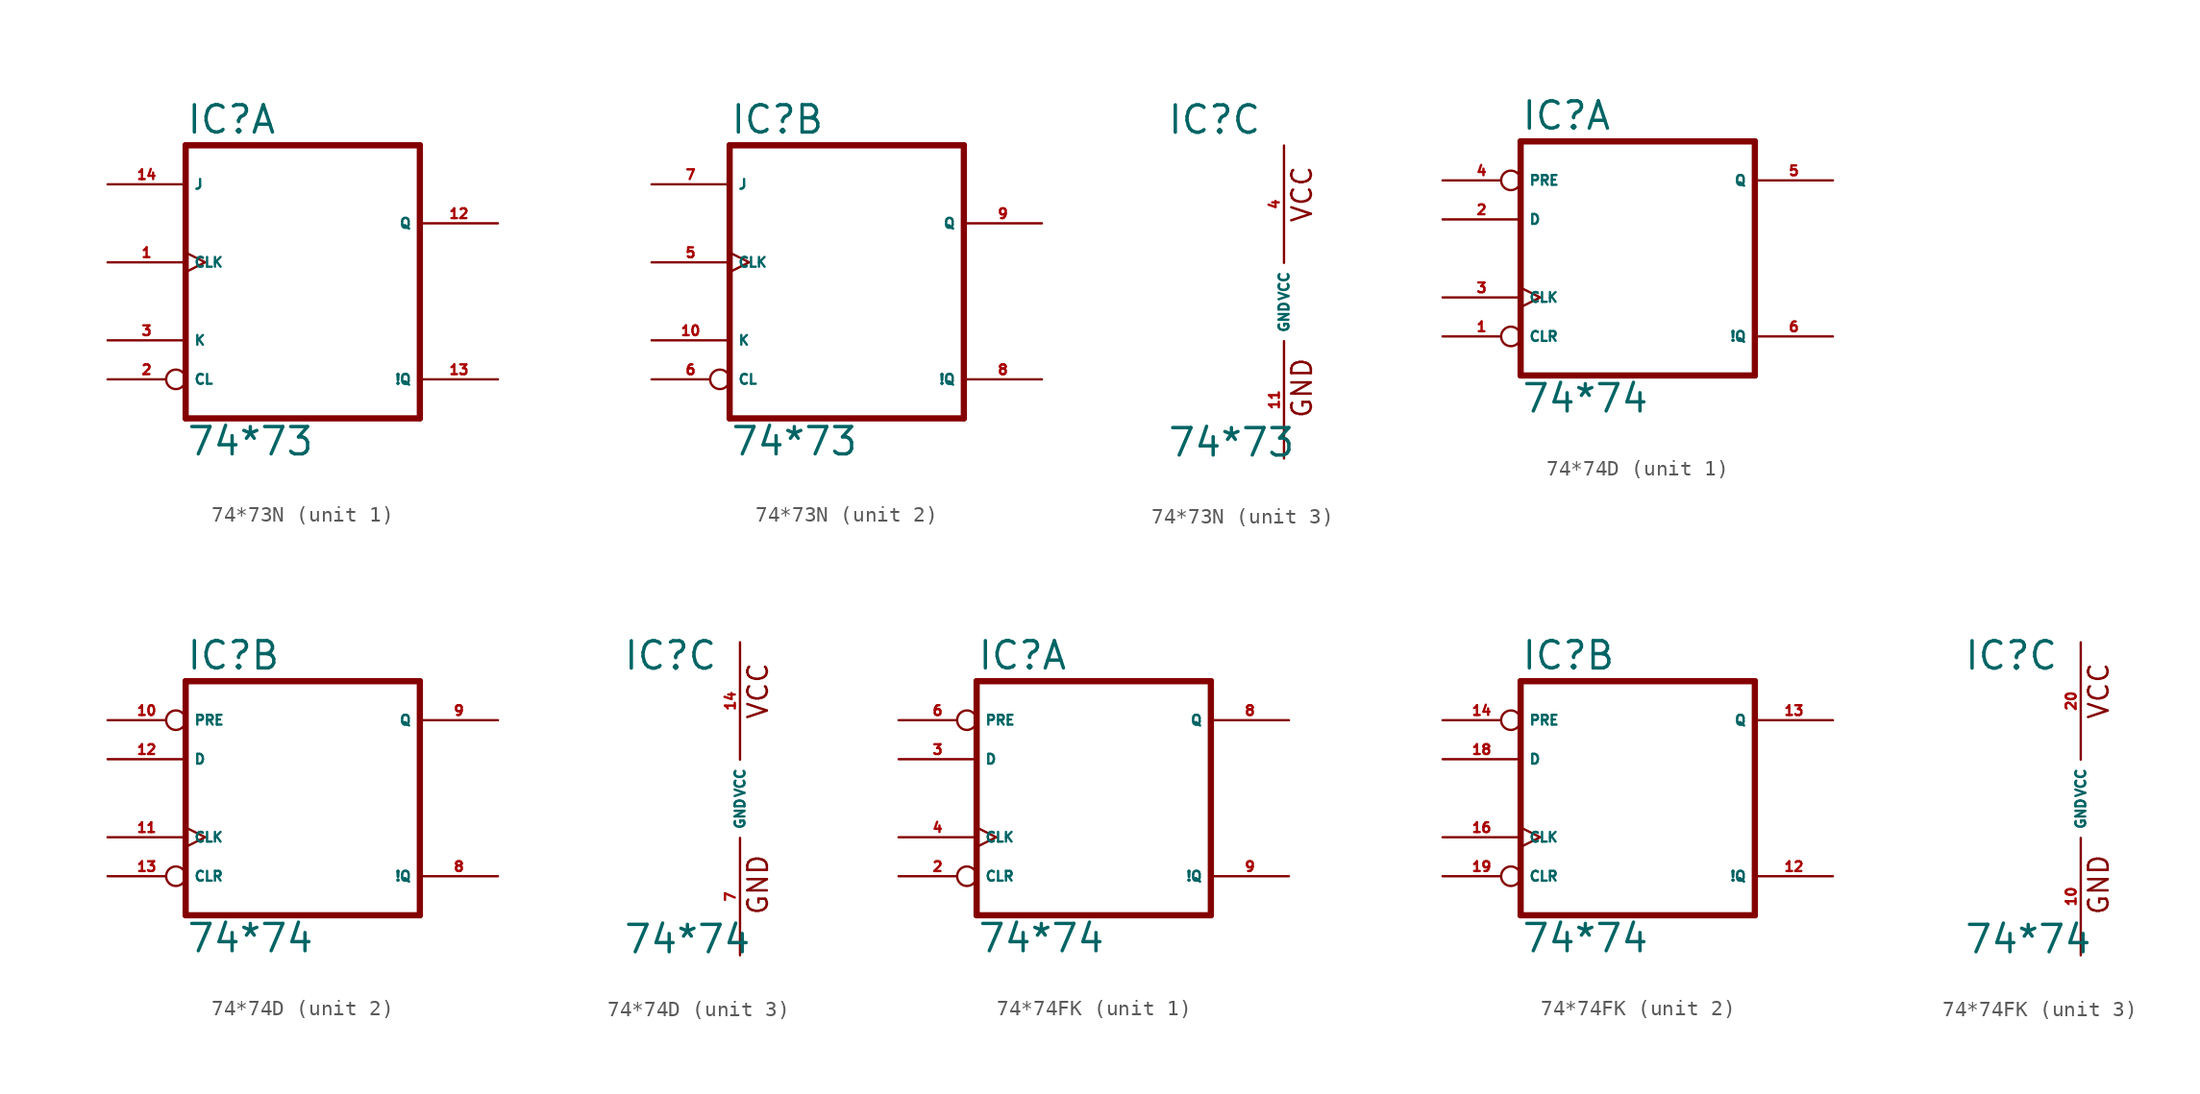
<source format=kicad_sym>
(kicad_symbol_lib
  (version 20220914)
  (generator Eagle2Kicad)
  (symbol "74*73N"
    (property "Reference" "IC"
      (at -7.62 10.795 0)
      (effects (font (size 1.778 1.778) (thickness 0.22)) (justify left bottom)))
    (property "Value" "74*73"
      (at -7.62 -10.16 0)
      (effects (font (size 1.778 1.778) (thickness 0.22)) (justify left bottom)))
    (symbol "74*73N_1_0"
      (polyline (pts (xy -7.62 -7.62) (xy 7.62 -7.62)) (stroke (width 0.406) (type default)) (fill (type none)))
      (polyline (pts (xy 7.62 -7.62) (xy 7.62 10.16)) (stroke (width 0.406) (type default)) (fill (type none)))
      (polyline (pts (xy 7.62 10.16) (xy -7.62 10.16)) (stroke (width 0.406) (type default)) (fill (type none)))
      (polyline (pts (xy -7.62 10.16) (xy -7.62 -7.62)) (stroke (width 0.406) (type default)) (fill (type none)))
      (pin input clock (at -12.7 2.54 0) (length 5.08) (name "CLK" (effects (font (size 0.635 0.635) (thickness 0.08)) (justify left bottom))) (number "1" (effects (font (size 0.635 0.635) (thickness 0.08)) (justify left bottom))))
      (pin input inverted (at -12.7 -5.08 0) (length 5.08) (name "CL" (effects (font (size 0.635 0.635) (thickness 0.08)) (justify left bottom))) (number "2" (effects (font (size 0.635 0.635) (thickness 0.08)) (justify left bottom))))
      (pin input line (at -12.7 -2.54 0) (length 5.08) (name "K" (effects (font (size 0.635 0.635) (thickness 0.08)) (justify left bottom))) (number "3" (effects (font (size 0.635 0.635) (thickness 0.08)) (justify left bottom))))
      (pin output line (at 12.7 5.08 180) (length 5.08) (name "Q" (effects (font (size 0.635 0.635) (thickness 0.08)) (justify left bottom))) (number "12" (effects (font (size 0.635 0.635) (thickness 0.08)) (justify left bottom))))
      (pin output line (at 12.7 -5.08 180) (length 5.08) (name "!Q" (effects (font (size 0.635 0.635) (thickness 0.08)) (justify left bottom))) (number "13" (effects (font (size 0.635 0.635) (thickness 0.08)) (justify left bottom))))
      (pin input line (at -12.7 7.62 0) (length 5.08) (name "J" (effects (font (size 0.635 0.635) (thickness 0.08)) (justify left bottom))) (number "14" (effects (font (size 0.635 0.635) (thickness 0.08)) (justify left bottom)))))
    (symbol "74*73N_2_0"
      (polyline (pts (xy -7.62 -7.62) (xy 7.62 -7.62)) (stroke (width 0.406) (type default)) (fill (type none)))
      (polyline (pts (xy 7.62 -7.62) (xy 7.62 10.16)) (stroke (width 0.406) (type default)) (fill (type none)))
      (polyline (pts (xy 7.62 10.16) (xy -7.62 10.16)) (stroke (width 0.406) (type default)) (fill (type none)))
      (polyline (pts (xy -7.62 10.16) (xy -7.62 -7.62)) (stroke (width 0.406) (type default)) (fill (type none)))
      (pin input clock (at -12.7 2.54 0) (length 5.08) (name "CLK" (effects (font (size 0.635 0.635) (thickness 0.08)) (justify left bottom))) (number "5" (effects (font (size 0.635 0.635) (thickness 0.08)) (justify left bottom))))
      (pin input inverted (at -12.7 -5.08 0) (length 5.08) (name "CL" (effects (font (size 0.635 0.635) (thickness 0.08)) (justify left bottom))) (number "6" (effects (font (size 0.635 0.635) (thickness 0.08)) (justify left bottom))))
      (pin input line (at -12.7 -2.54 0) (length 5.08) (name "K" (effects (font (size 0.635 0.635) (thickness 0.08)) (justify left bottom))) (number "10" (effects (font (size 0.635 0.635) (thickness 0.08)) (justify left bottom))))
      (pin output line (at 12.7 5.08 180) (length 5.08) (name "Q" (effects (font (size 0.635 0.635) (thickness 0.08)) (justify left bottom))) (number "9" (effects (font (size 0.635 0.635) (thickness 0.08)) (justify left bottom))))
      (pin output line (at 12.7 -5.08 180) (length 5.08) (name "!Q" (effects (font (size 0.635 0.635) (thickness 0.08)) (justify left bottom))) (number "8" (effects (font (size 0.635 0.635) (thickness 0.08)) (justify left bottom))))
      (pin input line (at -12.7 7.62 0) (length 5.08) (name "J" (effects (font (size 0.635 0.635) (thickness 0.08)) (justify left bottom))) (number "7" (effects (font (size 0.635 0.635) (thickness 0.08)) (justify left bottom)))))
    (symbol "74*73N_3_0"
      (text "GND" (at 1.905 -7.62 900) (effects (font (size 1.27 1.27) (thickness 0.16)) (justify left bottom)))
      (text "VCC" (at 1.905 5.08 900) (effects (font (size 1.27 1.27) (thickness 0.16)) (justify left bottom)))
      (pin unspecified line (at 0 -10.16 90) (length 7.62) (name "GND" (effects (font (size 0.635 0.635) (thickness 0.08)) (justify left bottom))) (number "11" (effects (font (size 0.635 0.635) (thickness 0.08)) (justify left bottom))))
      (pin unspecified line (at 0 10.16 270) (length 7.62) (name "VCC" (effects (font (size 0.635 0.635) (thickness 0.08)) (justify left bottom))) (number "4" (effects (font (size 0.635 0.635) (thickness 0.08)) (justify left bottom))))))
  (symbol "74*74D"
    (property "Reference" "IC"
      (at -7.62 8.255 0)
      (effects (font (size 1.778 1.778) (thickness 0.22)) (justify left bottom)))
    (property "Value" "74*74"
      (at -7.62 -10.16 0)
      (effects (font (size 1.778 1.778) (thickness 0.22)) (justify left bottom)))
    (symbol "74*74D_1_0"
      (polyline (pts (xy -7.62 -7.62) (xy 7.62 -7.62)) (stroke (width 0.406) (type default)) (fill (type none)))
      (polyline (pts (xy 7.62 -7.62) (xy 7.62 7.62)) (stroke (width 0.406) (type default)) (fill (type none)))
      (polyline (pts (xy 7.62 7.62) (xy -7.62 7.62)) (stroke (width 0.406) (type default)) (fill (type none)))
      (polyline (pts (xy -7.62 7.62) (xy -7.62 -7.62)) (stroke (width 0.406) (type default)) (fill (type none)))
      (pin input inverted (at -12.7 -5.08 0) (length 5.08) (name "CLR" (effects (font (size 0.635 0.635) (thickness 0.08)) (justify left bottom))) (number "1" (effects (font (size 0.635 0.635) (thickness 0.08)) (justify left bottom))))
      (pin input line (at -12.7 2.54 0) (length 5.08) (name "D" (effects (font (size 0.635 0.635) (thickness 0.08)) (justify left bottom))) (number "2" (effects (font (size 0.635 0.635) (thickness 0.08)) (justify left bottom))))
      (pin input clock (at -12.7 -2.54 0) (length 5.08) (name "CLK" (effects (font (size 0.635 0.635) (thickness 0.08)) (justify left bottom))) (number "3" (effects (font (size 0.635 0.635) (thickness 0.08)) (justify left bottom))))
      (pin input inverted (at -12.7 5.08 0) (length 5.08) (name "PRE" (effects (font (size 0.635 0.635) (thickness 0.08)) (justify left bottom))) (number "4" (effects (font (size 0.635 0.635) (thickness 0.08)) (justify left bottom))))
      (pin output line (at 12.7 5.08 180) (length 5.08) (name "Q" (effects (font (size 0.635 0.635) (thickness 0.08)) (justify left bottom))) (number "5" (effects (font (size 0.635 0.635) (thickness 0.08)) (justify left bottom))))
      (pin output line (at 12.7 -5.08 180) (length 5.08) (name "!Q" (effects (font (size 0.635 0.635) (thickness 0.08)) (justify left bottom))) (number "6" (effects (font (size 0.635 0.635) (thickness 0.08)) (justify left bottom)))))
    (symbol "74*74D_2_0"
      (polyline (pts (xy -7.62 -7.62) (xy 7.62 -7.62)) (stroke (width 0.406) (type default)) (fill (type none)))
      (polyline (pts (xy 7.62 -7.62) (xy 7.62 7.62)) (stroke (width 0.406) (type default)) (fill (type none)))
      (polyline (pts (xy 7.62 7.62) (xy -7.62 7.62)) (stroke (width 0.406) (type default)) (fill (type none)))
      (polyline (pts (xy -7.62 7.62) (xy -7.62 -7.62)) (stroke (width 0.406) (type default)) (fill (type none)))
      (pin input inverted (at -12.7 -5.08 0) (length 5.08) (name "CLR" (effects (font (size 0.635 0.635) (thickness 0.08)) (justify left bottom))) (number "13" (effects (font (size 0.635 0.635) (thickness 0.08)) (justify left bottom))))
      (pin input line (at -12.7 2.54 0) (length 5.08) (name "D" (effects (font (size 0.635 0.635) (thickness 0.08)) (justify left bottom))) (number "12" (effects (font (size 0.635 0.635) (thickness 0.08)) (justify left bottom))))
      (pin input clock (at -12.7 -2.54 0) (length 5.08) (name "CLK" (effects (font (size 0.635 0.635) (thickness 0.08)) (justify left bottom))) (number "11" (effects (font (size 0.635 0.635) (thickness 0.08)) (justify left bottom))))
      (pin input inverted (at -12.7 5.08 0) (length 5.08) (name "PRE" (effects (font (size 0.635 0.635) (thickness 0.08)) (justify left bottom))) (number "10" (effects (font (size 0.635 0.635) (thickness 0.08)) (justify left bottom))))
      (pin output line (at 12.7 5.08 180) (length 5.08) (name "Q" (effects (font (size 0.635 0.635) (thickness 0.08)) (justify left bottom))) (number "9" (effects (font (size 0.635 0.635) (thickness 0.08)) (justify left bottom))))
      (pin output line (at 12.7 -5.08 180) (length 5.08) (name "!Q" (effects (font (size 0.635 0.635) (thickness 0.08)) (justify left bottom))) (number "8" (effects (font (size 0.635 0.635) (thickness 0.08)) (justify left bottom)))))
    (symbol "74*74D_3_0"
      (text "GND" (at 1.905 -7.62 900) (effects (font (size 1.27 1.27) (thickness 0.16)) (justify left bottom)))
      (text "VCC" (at 1.905 5.08 900) (effects (font (size 1.27 1.27) (thickness 0.16)) (justify left bottom)))
      (pin unspecified line (at 0 -10.16 90) (length 7.62) (name "GND" (effects (font (size 0.635 0.635) (thickness 0.08)) (justify left bottom))) (number "7" (effects (font (size 0.635 0.635) (thickness 0.08)) (justify left bottom))))
      (pin unspecified line (at 0 10.16 270) (length 7.62) (name "VCC" (effects (font (size 0.635 0.635) (thickness 0.08)) (justify left bottom))) (number "14" (effects (font (size 0.635 0.635) (thickness 0.08)) (justify left bottom))))))
  (symbol "74*74FK"
    (property "Reference" "IC"
      (at -7.62 8.255 0)
      (effects (font (size 1.778 1.778) (thickness 0.22)) (justify left bottom)))
    (property "Value" "74*74"
      (at -7.62 -10.16 0)
      (effects (font (size 1.778 1.778) (thickness 0.22)) (justify left bottom)))
    (symbol "74*74FK_1_0"
      (polyline (pts (xy -7.62 -7.62) (xy 7.62 -7.62)) (stroke (width 0.406) (type default)) (fill (type none)))
      (polyline (pts (xy 7.62 -7.62) (xy 7.62 7.62)) (stroke (width 0.406) (type default)) (fill (type none)))
      (polyline (pts (xy 7.62 7.62) (xy -7.62 7.62)) (stroke (width 0.406) (type default)) (fill (type none)))
      (polyline (pts (xy -7.62 7.62) (xy -7.62 -7.62)) (stroke (width 0.406) (type default)) (fill (type none)))
      (pin input inverted (at -12.7 -5.08 0) (length 5.08) (name "CLR" (effects (font (size 0.635 0.635) (thickness 0.08)) (justify left bottom))) (number "2" (effects (font (size 0.635 0.635) (thickness 0.08)) (justify left bottom))))
      (pin input line (at -12.7 2.54 0) (length 5.08) (name "D" (effects (font (size 0.635 0.635) (thickness 0.08)) (justify left bottom))) (number "3" (effects (font (size 0.635 0.635) (thickness 0.08)) (justify left bottom))))
      (pin input clock (at -12.7 -2.54 0) (length 5.08) (name "CLK" (effects (font (size 0.635 0.635) (thickness 0.08)) (justify left bottom))) (number "4" (effects (font (size 0.635 0.635) (thickness 0.08)) (justify left bottom))))
      (pin input inverted (at -12.7 5.08 0) (length 5.08) (name "PRE" (effects (font (size 0.635 0.635) (thickness 0.08)) (justify left bottom))) (number "6" (effects (font (size 0.635 0.635) (thickness 0.08)) (justify left bottom))))
      (pin output line (at 12.7 5.08 180) (length 5.08) (name "Q" (effects (font (size 0.635 0.635) (thickness 0.08)) (justify left bottom))) (number "8" (effects (font (size 0.635 0.635) (thickness 0.08)) (justify left bottom))))
      (pin output line (at 12.7 -5.08 180) (length 5.08) (name "!Q" (effects (font (size 0.635 0.635) (thickness 0.08)) (justify left bottom))) (number "9" (effects (font (size 0.635 0.635) (thickness 0.08)) (justify left bottom)))))
    (symbol "74*74FK_2_0"
      (polyline (pts (xy -7.62 -7.62) (xy 7.62 -7.62)) (stroke (width 0.406) (type default)) (fill (type none)))
      (polyline (pts (xy 7.62 -7.62) (xy 7.62 7.62)) (stroke (width 0.406) (type default)) (fill (type none)))
      (polyline (pts (xy 7.62 7.62) (xy -7.62 7.62)) (stroke (width 0.406) (type default)) (fill (type none)))
      (polyline (pts (xy -7.62 7.62) (xy -7.62 -7.62)) (stroke (width 0.406) (type default)) (fill (type none)))
      (pin input inverted (at -12.7 -5.08 0) (length 5.08) (name "CLR" (effects (font (size 0.635 0.635) (thickness 0.08)) (justify left bottom))) (number "19" (effects (font (size 0.635 0.635) (thickness 0.08)) (justify left bottom))))
      (pin input line (at -12.7 2.54 0) (length 5.08) (name "D" (effects (font (size 0.635 0.635) (thickness 0.08)) (justify left bottom))) (number "18" (effects (font (size 0.635 0.635) (thickness 0.08)) (justify left bottom))))
      (pin input clock (at -12.7 -2.54 0) (length 5.08) (name "CLK" (effects (font (size 0.635 0.635) (thickness 0.08)) (justify left bottom))) (number "16" (effects (font (size 0.635 0.635) (thickness 0.08)) (justify left bottom))))
      (pin input inverted (at -12.7 5.08 0) (length 5.08) (name "PRE" (effects (font (size 0.635 0.635) (thickness 0.08)) (justify left bottom))) (number "14" (effects (font (size 0.635 0.635) (thickness 0.08)) (justify left bottom))))
      (pin output line (at 12.7 5.08 180) (length 5.08) (name "Q" (effects (font (size 0.635 0.635) (thickness 0.08)) (justify left bottom))) (number "13" (effects (font (size 0.635 0.635) (thickness 0.08)) (justify left bottom))))
      (pin output line (at 12.7 -5.08 180) (length 5.08) (name "!Q" (effects (font (size 0.635 0.635) (thickness 0.08)) (justify left bottom))) (number "12" (effects (font (size 0.635 0.635) (thickness 0.08)) (justify left bottom)))))
    (symbol "74*74FK_3_0"
      (text "GND" (at 1.905 -7.62 900) (effects (font (size 1.27 1.27) (thickness 0.16)) (justify left bottom)))
      (text "VCC" (at 1.905 5.08 900) (effects (font (size 1.27 1.27) (thickness 0.16)) (justify left bottom)))
      (pin unspecified line (at 0 -10.16 90) (length 7.62) (name "GND" (effects (font (size 0.635 0.635) (thickness 0.08)) (justify left bottom))) (number "10" (effects (font (size 0.635 0.635) (thickness 0.08)) (justify left bottom))))
      (pin unspecified line (at 0 10.16 270) (length 7.62) (name "VCC" (effects (font (size 0.635 0.635) (thickness 0.08)) (justify left bottom))) (number "20" (effects (font (size 0.635 0.635) (thickness 0.08)) (justify left bottom)))))))
</source>
